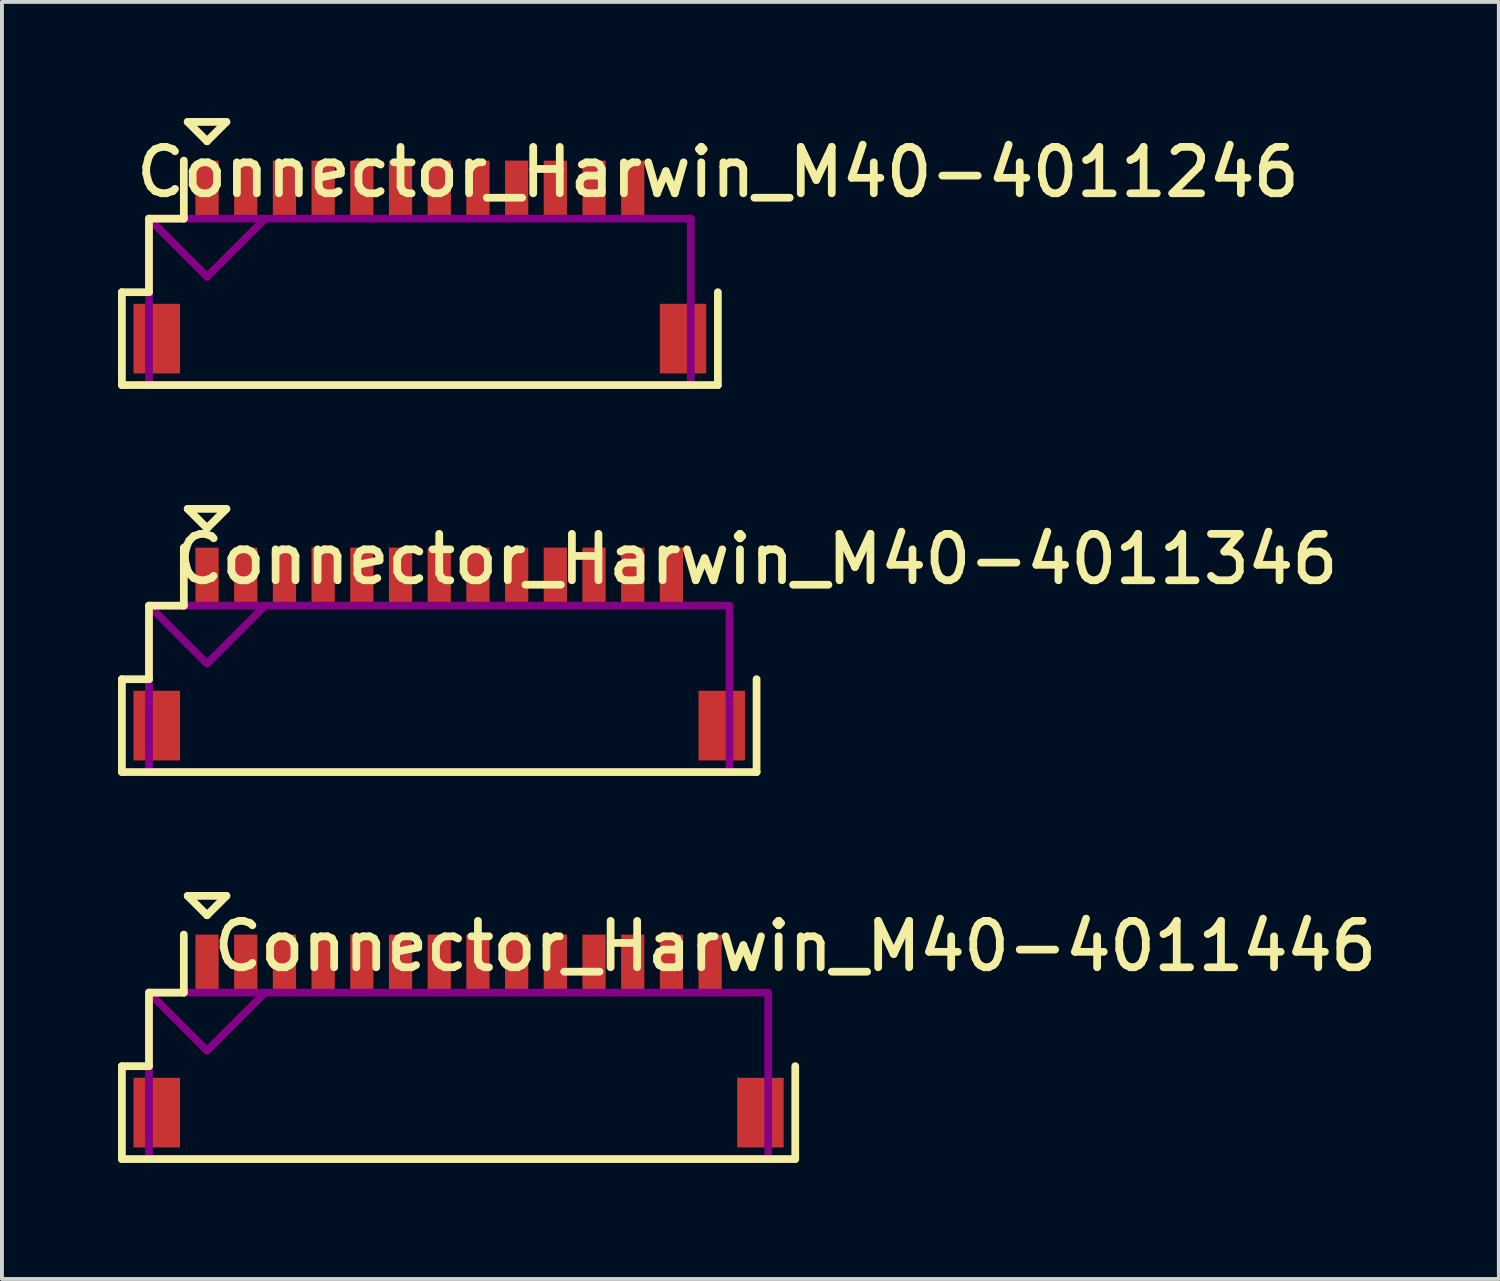
<source format=kicad_pcb>
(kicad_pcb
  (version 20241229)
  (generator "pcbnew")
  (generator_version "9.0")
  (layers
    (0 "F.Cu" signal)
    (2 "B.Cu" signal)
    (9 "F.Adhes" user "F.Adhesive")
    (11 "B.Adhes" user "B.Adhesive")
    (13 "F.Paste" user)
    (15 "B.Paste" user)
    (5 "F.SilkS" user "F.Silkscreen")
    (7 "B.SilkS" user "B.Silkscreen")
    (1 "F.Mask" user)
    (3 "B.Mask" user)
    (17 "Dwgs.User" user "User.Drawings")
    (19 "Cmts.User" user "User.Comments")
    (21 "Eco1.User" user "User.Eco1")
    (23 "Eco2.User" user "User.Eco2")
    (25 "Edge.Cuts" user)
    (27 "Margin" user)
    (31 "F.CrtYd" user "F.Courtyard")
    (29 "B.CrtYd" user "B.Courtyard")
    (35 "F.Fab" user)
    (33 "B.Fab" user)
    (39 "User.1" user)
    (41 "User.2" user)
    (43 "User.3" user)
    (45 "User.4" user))
  (footprint "Connector_Harwin_M40-4011446"
    (layer "F.Cu")
    (at 8.8 25.7)
    (property "Reference" "Connector_Harwin_M40-4011446" (at 8.7 -4.3 0) (layer "F.SilkS") (effects (font (size 1.2 1.2) (thickness 0.2))))
    (attr through_hole)
    (fp_line (start -8.7 -1.2) (end -8.7 1.2) (stroke (width 0.2) (type solid)) (layer "F.SilkS"))
    (fp_line (start -8.7 1.2) (end 8.7 1.2) (stroke (width 0.2) (type solid)) (layer "F.SilkS"))
    (fp_line (start -8 -3.1) (end -8 -1.2) (stroke (width 0.2) (type solid)) (layer "F.SilkS"))
    (fp_line (start -8 -1.2) (end -8.7 -1.2) (stroke (width 0.2) (type solid)) (layer "F.SilkS"))
    (fp_line (start -7.1 -4.6) (end -7.1 -3.1) (stroke (width 0.2) (type solid)) (layer "F.SilkS"))
    (fp_line (start -7.1 -3.1) (end -8 -3.1) (stroke (width 0.2) (type solid)) (layer "F.SilkS"))
    (fp_line (start -7 -5.6) (end -6 -5.6) (stroke (width 0.2) (type solid)) (layer "F.SilkS"))
    (fp_line (start -6.5 -5.1) (end -7 -5.6) (stroke (width 0.2) (type solid)) (layer "F.SilkS"))
    (fp_line (start -6 -5.6) (end -6.5 -5.1) (stroke (width 0.2) (type solid)) (layer "F.SilkS"))
    (fp_line (start 8.7 1.2) (end 8.7 -1.2) (stroke (width 0.2) (type solid)) (layer "F.SilkS"))
    (fp_line (start -8 -3.1) (end -8 1.2) (stroke (width 0.2) (type solid)) (layer "F.Adhes"))
    (fp_line (start -8 -3.1) (end -6.5 -1.6) (stroke (width 0.2) (type solid)) (layer "F.Adhes"))
    (fp_line (start -8 1.2) (end 8 1.2) (stroke (width 0.2) (type solid)) (layer "F.Adhes"))
    (fp_line (start -6.5 -1.6) (end -5 -3.1) (stroke (width 0.2) (type solid)) (layer "F.Adhes"))
    (fp_line (start 8 -3.1) (end -8 -3.1) (stroke (width 0.2) (type solid)) (layer "F.Adhes"))
    (fp_line (start 8 1.2) (end 8 -3.1) (stroke (width 0.2) (type solid)) (layer "F.Adhes"))
    (pad "" smd rect (at -7.8 0) (size 1.2 1.8) (layers "F.Cu" "F.Mask" "F.Paste"))
    (pad "" smd rect (at 7.8 0) (size 1.2 1.8) (layers "F.Cu" "F.Mask" "F.Paste"))
    (pad "1" smd rect (at -6.5 -3.85) (size 0.6 1.5) (layers "F.Cu" "F.Mask" "F.Paste"))
    (pad "2" smd rect (at -5.5 -3.85) (size 0.6 1.5) (layers "F.Cu" "F.Mask" "F.Paste"))
    (pad "3" smd rect (at -4.5 -3.85) (size 0.6 1.5) (layers "F.Cu" "F.Mask" "F.Paste"))
    (pad "4" smd rect (at -3.5 -3.85) (size 0.6 1.5) (layers "F.Cu" "F.Mask" "F.Paste"))
    (pad "5" smd rect (at -2.5 -3.85) (size 0.6 1.5) (layers "F.Cu" "F.Mask" "F.Paste"))
    (pad "6" smd rect (at -1.5 -3.85) (size 0.6 1.5) (layers "F.Cu" "F.Mask" "F.Paste"))
    (pad "7" smd rect (at -0.5 -3.85) (size 0.6 1.5) (layers "F.Cu" "F.Mask" "F.Paste"))
    (pad "8" smd rect (at 0.5 -3.85) (size 0.6 1.5) (layers "F.Cu" "F.Mask" "F.Paste"))
    (pad "9" smd rect (at 1.5 -3.85) (size 0.6 1.5) (layers "F.Cu" "F.Mask" "F.Paste"))
    (pad "10" smd rect (at 2.5 -3.85) (size 0.6 1.5) (layers "F.Cu" "F.Mask" "F.Paste"))
    (pad "11" smd rect (at 3.5 -3.85) (size 0.6 1.5) (layers "F.Cu" "F.Mask" "F.Paste"))
    (pad "12" smd rect (at 4.5 -3.85) (size 0.6 1.5) (layers "F.Cu" "F.Mask" "F.Paste"))
    (pad "13" smd rect (at 5.5 -3.85) (size 0.6 1.5) (layers "F.Cu" "F.Mask" "F.Paste"))
    (pad "14" smd rect (at 6.5 -3.85) (size 0.6 1.5) (layers "F.Cu" "F.Mask" "F.Paste")))
  (footprint "Connector_Harwin_M40-4011246"
    (layer "F.Cu")
    (at 7.8 5.7)
    (property "Reference" "Connector_Harwin_M40-4011246" (at 7.7 -4.3 0) (layer "F.SilkS") (effects (font (size 1.2 1.2) (thickness 0.2))))
    (attr through_hole)
    (fp_line (start -7.7 -1.2) (end -7.7 1.2) (stroke (width 0.2) (type solid)) (layer "F.SilkS"))
    (fp_line (start -7.7 1.2) (end 7.7 1.2) (stroke (width 0.2) (type solid)) (layer "F.SilkS"))
    (fp_line (start -7 -3.1) (end -7 -1.2) (stroke (width 0.2) (type solid)) (layer "F.SilkS"))
    (fp_line (start -7 -1.2) (end -7.7 -1.2) (stroke (width 0.2) (type solid)) (layer "F.SilkS"))
    (fp_line (start -6.1 -4.6) (end -6.1 -3.1) (stroke (width 0.2) (type solid)) (layer "F.SilkS"))
    (fp_line (start -6.1 -3.1) (end -7 -3.1) (stroke (width 0.2) (type solid)) (layer "F.SilkS"))
    (fp_line (start -6 -5.6) (end -5 -5.6) (stroke (width 0.2) (type solid)) (layer "F.SilkS"))
    (fp_line (start -5.5 -5.1) (end -6 -5.6) (stroke (width 0.2) (type solid)) (layer "F.SilkS"))
    (fp_line (start -5 -5.6) (end -5.5 -5.1) (stroke (width 0.2) (type solid)) (layer "F.SilkS"))
    (fp_line (start 7.7 1.2) (end 7.7 -1.2) (stroke (width 0.2) (type solid)) (layer "F.SilkS"))
    (fp_line (start -7 -3.1) (end -7 1.2) (stroke (width 0.2) (type solid)) (layer "F.Adhes"))
    (fp_line (start -7 -3.1) (end -5.5 -1.6) (stroke (width 0.2) (type solid)) (layer "F.Adhes"))
    (fp_line (start -7 1.2) (end 7 1.2) (stroke (width 0.2) (type solid)) (layer "F.Adhes"))
    (fp_line (start -5.5 -1.6) (end -4 -3.1) (stroke (width 0.2) (type solid)) (layer "F.Adhes"))
    (fp_line (start 7 -3.1) (end -7 -3.1) (stroke (width 0.2) (type solid)) (layer "F.Adhes"))
    (fp_line (start 7 1.2) (end 7 -3.1) (stroke (width 0.2) (type solid)) (layer "F.Adhes"))
    (pad "" smd rect (at -6.8 0) (size 1.2 1.8) (layers "F.Cu" "F.Mask" "F.Paste"))
    (pad "" smd rect (at 6.8 0) (size 1.2 1.8) (layers "F.Cu" "F.Mask" "F.Paste"))
    (pad "1" smd rect (at -5.5 -3.85) (size 0.6 1.5) (layers "F.Cu" "F.Mask" "F.Paste"))
    (pad "2" smd rect (at -4.5 -3.85) (size 0.6 1.5) (layers "F.Cu" "F.Mask" "F.Paste"))
    (pad "3" smd rect (at -3.5 -3.85) (size 0.6 1.5) (layers "F.Cu" "F.Mask" "F.Paste"))
    (pad "4" smd rect (at -2.5 -3.85) (size 0.6 1.5) (layers "F.Cu" "F.Mask" "F.Paste"))
    (pad "5" smd rect (at -1.5 -3.85) (size 0.6 1.5) (layers "F.Cu" "F.Mask" "F.Paste"))
    (pad "6" smd rect (at -0.5 -3.85) (size 0.6 1.5) (layers "F.Cu" "F.Mask" "F.Paste"))
    (pad "7" smd rect (at 0.5 -3.85) (size 0.6 1.5) (layers "F.Cu" "F.Mask" "F.Paste"))
    (pad "8" smd rect (at 1.5 -3.85) (size 0.6 1.5) (layers "F.Cu" "F.Mask" "F.Paste"))
    (pad "9" smd rect (at 2.5 -3.85) (size 0.6 1.5) (layers "F.Cu" "F.Mask" "F.Paste"))
    (pad "10" smd rect (at 3.5 -3.85) (size 0.6 1.5) (layers "F.Cu" "F.Mask" "F.Paste"))
    (pad "11" smd rect (at 4.5 -3.85) (size 0.6 1.5) (layers "F.Cu" "F.Mask" "F.Paste"))
    (pad "12" smd rect (at 5.5 -3.85) (size 0.6 1.5) (layers "F.Cu" "F.Mask" "F.Paste")))
  (footprint "Connector_Harwin_M40-4011346"
    (layer "F.Cu")
    (at 8.3 15.7)
    (property "Reference" "Connector_Harwin_M40-4011346" (at 8.2 -4.3 0) (layer "F.SilkS") (effects (font (size 1.2 1.2) (thickness 0.2))))
    (attr through_hole)
    (fp_line (start -8.2 -1.2) (end -8.2 1.2) (stroke (width 0.2) (type solid)) (layer "F.SilkS"))
    (fp_line (start -8.2 1.2) (end 8.2 1.2) (stroke (width 0.2) (type solid)) (layer "F.SilkS"))
    (fp_line (start -7.5 -3.1) (end -7.5 -1.2) (stroke (width 0.2) (type solid)) (layer "F.SilkS"))
    (fp_line (start -7.5 -1.2) (end -8.2 -1.2) (stroke (width 0.2) (type solid)) (layer "F.SilkS"))
    (fp_line (start -6.6 -4.6) (end -6.6 -3.1) (stroke (width 0.2) (type solid)) (layer "F.SilkS"))
    (fp_line (start -6.6 -3.1) (end -7.5 -3.1) (stroke (width 0.2) (type solid)) (layer "F.SilkS"))
    (fp_line (start -6.5 -5.6) (end -5.5 -5.6) (stroke (width 0.2) (type solid)) (layer "F.SilkS"))
    (fp_line (start -6 -5.1) (end -6.5 -5.6) (stroke (width 0.2) (type solid)) (layer "F.SilkS"))
    (fp_line (start -5.5 -5.6) (end -6 -5.1) (stroke (width 0.2) (type solid)) (layer "F.SilkS"))
    (fp_line (start 8.2 1.2) (end 8.2 -1.2) (stroke (width 0.2) (type solid)) (layer "F.SilkS"))
    (fp_line (start -7.5 -3.1) (end -7.5 1.2) (stroke (width 0.2) (type solid)) (layer "F.Adhes"))
    (fp_line (start -7.5 -3.1) (end -6 -1.6) (stroke (width 0.2) (type solid)) (layer "F.Adhes"))
    (fp_line (start -7.5 1.2) (end 7.5 1.2) (stroke (width 0.2) (type solid)) (layer "F.Adhes"))
    (fp_line (start -6 -1.6) (end -4.5 -3.1) (stroke (width 0.2) (type solid)) (layer "F.Adhes"))
    (fp_line (start 7.5 -3.1) (end -7.5 -3.1) (stroke (width 0.2) (type solid)) (layer "F.Adhes"))
    (fp_line (start 7.5 1.2) (end 7.5 -3.1) (stroke (width 0.2) (type solid)) (layer "F.Adhes"))
    (pad "" smd rect (at -7.3 0) (size 1.2 1.8) (layers "F.Cu" "F.Mask" "F.Paste"))
    (pad "" smd rect (at 7.3 0) (size 1.2 1.8) (layers "F.Cu" "F.Mask" "F.Paste"))
    (pad "1" smd rect (at -6 -3.85) (size 0.6 1.5) (layers "F.Cu" "F.Mask" "F.Paste"))
    (pad "2" smd rect (at -5 -3.85) (size 0.6 1.5) (layers "F.Cu" "F.Mask" "F.Paste"))
    (pad "3" smd rect (at -4 -3.85) (size 0.6 1.5) (layers "F.Cu" "F.Mask" "F.Paste"))
    (pad "4" smd rect (at -3 -3.85) (size 0.6 1.5) (layers "F.Cu" "F.Mask" "F.Paste"))
    (pad "5" smd rect (at -2 -3.85) (size 0.6 1.5) (layers "F.Cu" "F.Mask" "F.Paste"))
    (pad "6" smd rect (at -1 -3.85) (size 0.6 1.5) (layers "F.Cu" "F.Mask" "F.Paste"))
    (pad "7" smd rect (at 0 -3.85) (size 0.6 1.5) (layers "F.Cu" "F.Mask" "F.Paste"))
    (pad "8" smd rect (at 1 -3.85) (size 0.6 1.5) (layers "F.Cu" "F.Mask" "F.Paste"))
    (pad "9" smd rect (at 2 -3.85) (size 0.6 1.5) (layers "F.Cu" "F.Mask" "F.Paste"))
    (pad "10" smd rect (at 3 -3.85) (size 0.6 1.5) (layers "F.Cu" "F.Mask" "F.Paste"))
    (pad "11" smd rect (at 4 -3.85) (size 0.6 1.5) (layers "F.Cu" "F.Mask" "F.Paste"))
    (pad "12" smd rect (at 5 -3.85) (size 0.6 1.5) (layers "F.Cu" "F.Mask" "F.Paste"))
    (pad "13" smd rect (at 6 -3.85) (size 0.6 1.5) (layers "F.Cu" "F.Mask" "F.Paste")))
  (gr_rect
    (start -3 -3)
    (end 35.68 30)
    (stroke (width 0.1) (type default))
    (fill no)
    (layer "Edge.Cuts")))
</source>
